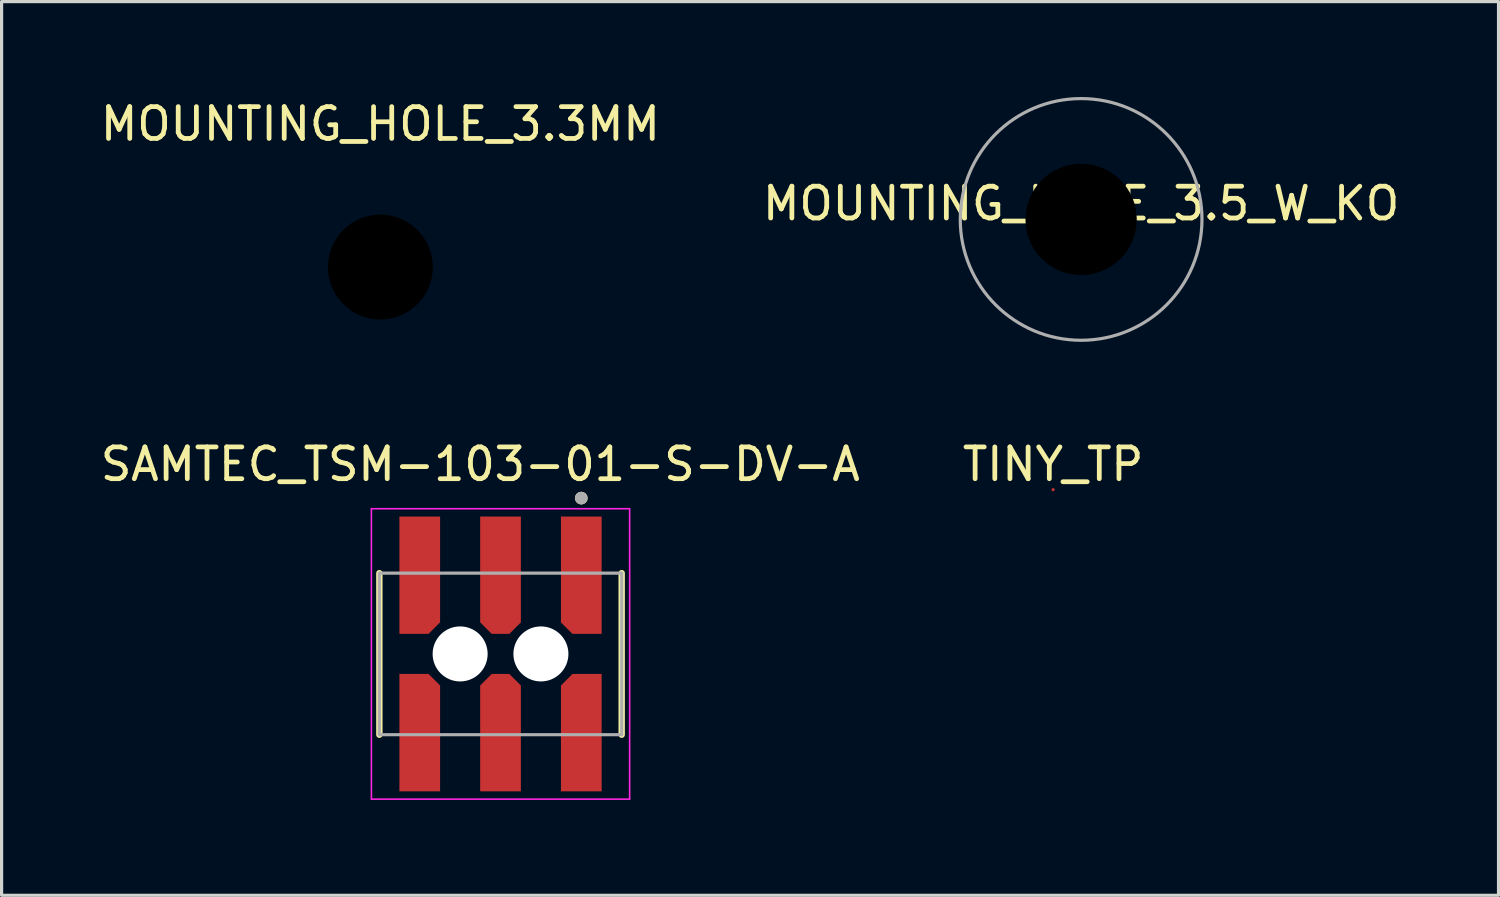
<source format=kicad_pcb>
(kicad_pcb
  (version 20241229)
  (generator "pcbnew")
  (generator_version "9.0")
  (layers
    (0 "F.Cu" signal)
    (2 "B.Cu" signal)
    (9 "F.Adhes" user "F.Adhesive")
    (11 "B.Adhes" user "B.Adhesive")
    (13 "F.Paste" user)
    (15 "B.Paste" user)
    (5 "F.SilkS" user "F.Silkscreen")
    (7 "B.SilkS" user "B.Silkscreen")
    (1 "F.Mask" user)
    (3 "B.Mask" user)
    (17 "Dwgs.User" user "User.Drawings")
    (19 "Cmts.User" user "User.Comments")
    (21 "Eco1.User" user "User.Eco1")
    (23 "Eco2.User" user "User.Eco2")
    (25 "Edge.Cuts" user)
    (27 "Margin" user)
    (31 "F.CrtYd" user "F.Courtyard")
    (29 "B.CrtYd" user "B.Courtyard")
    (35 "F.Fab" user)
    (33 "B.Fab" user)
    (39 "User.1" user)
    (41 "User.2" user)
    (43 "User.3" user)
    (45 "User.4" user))
  (footprint "MOUNTING_HOLE_3.5_W_KO"
    (layer "F.Cu")
    (at 30.946 3.85)
    (property "Reference" "MOUNTING_HOLE_3.5_W_KO" (at 0 -0.5 0) (unlocked yes) (layer "F.SilkS") (effects (font (size 1 1) (thickness 0.15))))
    (attr smd)
    (fp_circle (center 0 0) (end 3.8 0) (stroke (width 0.1) (type solid)) (fill no) (layer "F.Fab"))
    (pad "" np_thru_hole circle (at 0 0) (size 3.5 3.5) (drill 3.5) (layers "*.Mask"))
    (zone (net_name "") (layers "F.Cu" "B.Cu") (hatch edge 0.508) (connect_pads) (min_thickness 0.254) (filled_areas_thickness no) (keepout (tracks allowed) (vias allowed) (pads not_allowed) (copperpour allowed) (footprints not_allowed)) (placement (enabled no)) (fill) (polygon (pts (xy 34.746 3.85) (xy 34.727 3.465) (xy 34.669 3.085) (xy 34.572 2.712) (xy 34.439 2.351) (xy 34.269 2.005) (xy 34.066 1.678) (xy 33.83 1.374) (xy 33.565 1.095) (xy 33.274 0.844) (xy 32.958 0.623) (xy 32.621 0.436) (xy 32.268 0.284) (xy 31.901 0.168) (xy 31.524 0.09) (xy 31.141 0.05) (xy 30.756 0.05) (xy 30.373 0.088) (xy 29.995 0.165) (xy 29.628 0.279) (xy 29.274 0.43) (xy 28.937 0.616) (xy 28.62 0.835) (xy 28.327 1.085) (xy 28.061 1.364) (xy 27.825 1.668) (xy 27.62 1.994) (xy 27.45 2.339) (xy 27.315 2.699) (xy 27.217 3.072) (xy 27.158 3.452) (xy 27.137 3.837) (xy 27.155 4.221) (xy 27.212 4.602) (xy 27.307 4.975) (xy 27.439 5.337) (xy 27.607 5.683) (xy 27.81 6.011) (xy 28.044 6.316) (xy 28.308 6.596) (xy 28.599 6.848) (xy 28.914 7.07) (xy 29.25 7.258) (xy 29.603 7.412) (xy 29.97 7.529) (xy 30.346 7.608) (xy 30.729 7.649) (xy 31.114 7.651) (xy 31.497 7.614) (xy 31.875 7.539) (xy 32.243 7.425) (xy 32.598 7.276) (xy 32.935 7.091) (xy 33.253 6.873) (xy 33.546 6.624) (xy 33.813 6.346) (xy 34.051 6.043) (xy 34.256 5.718) (xy 34.428 5.373) (xy 34.564 5.013) (xy 34.663 4.641) (xy 34.724 4.261) (xy 34.746 3.877)))))
  (footprint "TINY_TP"
    (layer "F.Cu")
    (at 30.065 12.048)
    (property "Reference" "TINY_TP" (at 0 -0.5 0) (unlocked yes) (layer "F.SilkS") (effects (font (size 1 1) (thickness 0.15))))
    (attr smd)
    (pad "1" smd circle (at 0 0.3) (size 0.1 0.1) (layers "F.Cu" "F.Mask" "F.Paste")))
  (footprint "SAMTEC_TSM-103-01-S-DV-A"
    (layer "F.Cu")
    (at 12.689 17.513)
    (property "Reference" "SAMTEC_TSM-103-01-S-DV-A" (at -0.635 -5.965 0) (layer "F.SilkS") (effects (font (size 1 1) (thickness 0.15))))
    (attr through_hole)
    (fp_poly (pts (xy -3.275 -0.535) (xy -3.275 -4.415) (xy -1.805 -4.415) (xy -1.805 -0.995) (xy -2.265 -0.535)) (stroke (width 0.01) (type solid)) (fill yes) (layer "F.Mask"))
    (fp_poly (pts (xy -3.275 0.535) (xy -3.275 4.415) (xy -1.805 4.415) (xy -1.805 0.995) (xy -2.265 0.535)) (stroke (width 0.01) (type solid)) (fill yes) (layer "F.Mask"))
    (fp_poly (pts (xy 3.275 -0.535) (xy 3.275 -4.415) (xy 1.805 -4.415) (xy 1.805 -0.995) (xy 2.265 -0.535)) (stroke (width 0.01) (type solid)) (fill yes) (layer "F.Mask"))
    (fp_poly (pts (xy 3.275 0.535) (xy 3.275 4.415) (xy 1.805 4.415) (xy 1.805 0.995) (xy 2.265 0.535)) (stroke (width 0.01) (type solid)) (fill yes) (layer "F.Mask"))
    (fp_poly (pts (xy -0.275 -0.47) (xy 0.275 -0.47) (xy 0.735 -0.93) (xy 0.735 -4.35) (xy -0.735 -4.35) (xy -0.735 -0.93)) (stroke (width 0.01) (type solid)) (fill yes) (layer "F.Mask"))
    (fp_poly (pts (xy 0.275 0.47) (xy -0.275 0.47) (xy -0.735 0.93) (xy -0.735 4.35) (xy 0.735 4.35) (xy 0.735 0.93)) (stroke (width 0.01) (type solid)) (fill yes) (layer "F.Mask"))
    (fp_line (start -3.81 2.54) (end -3.81 -2.54) (stroke (width 0.2) (type solid)) (layer "F.SilkS"))
    (fp_line (start 3.81 -2.54) (end 3.81 2.54) (stroke (width 0.2) (type solid)) (layer "F.SilkS"))
    (fp_circle (center 2.54 -4.9) (end 2.64 -4.9) (stroke (width 0.2) (type solid)) (fill no) (layer "F.SilkS"))
    (fp_poly (pts (xy -3.175 -0.635) (xy -3.175 -4.315) (xy -1.905 -4.315) (xy -1.905 -0.995) (xy -2.265 -0.635)) (stroke (width 0.01) (type solid)) (fill yes) (layer "F.Paste"))
    (fp_poly (pts (xy -3.175 0.635) (xy -3.175 4.315) (xy -1.905 4.315) (xy -1.905 0.995) (xy -2.265 0.635)) (stroke (width 0.01) (type solid)) (fill yes) (layer "F.Paste"))
    (fp_poly (pts (xy 3.175 -0.635) (xy 3.175 -4.315) (xy 1.905 -4.315) (xy 1.905 -0.995) (xy 2.265 -0.635)) (stroke (width 0.01) (type solid)) (fill yes) (layer "F.Paste"))
    (fp_poly (pts (xy 3.175 0.635) (xy 3.175 4.315) (xy 1.905 4.315) (xy 1.905 0.995) (xy 2.265 0.635)) (stroke (width 0.01) (type solid)) (fill yes) (layer "F.Paste"))
    (fp_poly (pts (xy -0.275 -0.57) (xy 0.275 -0.57) (xy 0.635 -0.93) (xy 0.635 -4.25) (xy -0.635 -4.25) (xy -0.635 -0.93)) (stroke (width 0.01) (type solid)) (fill yes) (layer "F.Paste"))
    (fp_poly (pts (xy 0.275 0.57) (xy -0.275 0.57) (xy -0.635 0.93) (xy -0.635 4.25) (xy 0.635 4.25) (xy 0.635 0.93)) (stroke (width 0.01) (type solid)) (fill yes) (layer "F.Paste"))
    (fp_line (start -4.06 -4.565) (end 4.06 -4.565) (stroke (width 0.05) (type solid)) (layer "F.CrtYd"))
    (fp_line (start -4.06 4.565) (end -4.06 -4.565) (stroke (width 0.05) (type solid)) (layer "F.CrtYd"))
    (fp_line (start 4.06 -4.565) (end 4.06 4.565) (stroke (width 0.05) (type solid)) (layer "F.CrtYd"))
    (fp_line (start 4.06 4.565) (end -4.06 4.565) (stroke (width 0.05) (type solid)) (layer "F.CrtYd"))
    (fp_line (start -3.81 -2.54) (end 3.81 -2.54) (stroke (width 0.1) (type solid)) (layer "F.Fab"))
    (fp_line (start -3.81 2.54) (end -3.81 -2.54) (stroke (width 0.1) (type solid)) (layer "F.Fab"))
    (fp_line (start 3.81 -2.54) (end 3.81 2.54) (stroke (width 0.1) (type solid)) (layer "F.Fab"))
    (fp_line (start 3.81 2.54) (end -3.81 2.54) (stroke (width 0.1) (type solid)) (layer "F.Fab"))
    (fp_circle (center 2.54 -4.9) (end 2.64 -4.9) (stroke (width 0.2) (type solid)) (fill no) (layer "F.Fab"))
    (pad "" np_thru_hole circle (at -1.27 0) (size 1.73 1.73) (drill 1.73) (layers "*.Cu" "*.Mask"))
    (pad "" np_thru_hole circle (at 1.27 0) (size 1.73 1.73) (drill 1.73) (layers "*.Cu" "*.Mask"))
    (pad "1" smd custom (at 2.54 -2.475) (size 0.8 2.5) (layers "F.Cu") (options (anchor rect)) (primitives (gr_poly (pts (xy 0.635 1.84) (xy 0.635 -1.84) (xy -0.635 -1.84) (xy -0.635 1.48) (xy -0.275 1.84)) (width 0.01) (fill yes))))
    (pad "2" smd custom (at 2.54 2.475) (size 0.8 2.5) (layers "F.Cu") (options (anchor rect)) (primitives (gr_poly (pts (xy 0.635 -1.84) (xy 0.635 1.84) (xy -0.635 1.84) (xy -0.635 -1.48) (xy -0.275 -1.84)) (width 0.01) (fill yes))))
    (pad "3" smd custom (at 0 -2.475) (size 0.8 2.5) (layers "F.Cu") (options (anchor rect)) (primitives (gr_poly (pts (xy -0.275 1.84) (xy 0.275 1.84) (xy 0.635 1.48) (xy 0.635 -1.84) (xy -0.635 -1.84) (xy -0.635 1.48)) (width 0.01) (fill yes))))
    (pad "4" smd custom (at 0 2.475) (size 0.8 2.5) (layers "F.Cu") (options (anchor rect)) (primitives (gr_poly (pts (xy 0.275 -1.84) (xy -0.275 -1.84) (xy -0.635 -1.48) (xy -0.635 1.84) (xy 0.635 1.84) (xy 0.635 -1.48)) (width 0.01) (fill yes))))
    (pad "5" smd custom (at -2.54 -2.475) (size 0.8 2.5) (layers "F.Cu") (options (anchor rect)) (primitives (gr_poly (pts (xy -0.635 1.84) (xy -0.635 -1.84) (xy 0.635 -1.84) (xy 0.635 1.48) (xy 0.275 1.84)) (width 0.01) (fill yes))))
    (pad "6" smd custom (at -2.54 2.475) (size 0.8 2.5) (layers "F.Cu") (options (anchor rect)) (primitives (gr_poly (pts (xy -0.635 -1.84) (xy -0.635 1.84) (xy 0.635 1.84) (xy 0.635 -1.48) (xy 0.275 -1.84)) (width 0.01) (fill yes)))))
  (footprint "MOUNTING_HOLE_3.3MM"
    (layer "F.Cu")
    (at 8.911 5.348)
    (property "Reference" "MOUNTING_HOLE_3.3MM" (at 0 -4.5 0) (unlocked yes) (layer "F.SilkS") (effects (font (size 1 1) (thickness 0.15))))
    (attr smd)
    (pad "" np_thru_hole circle (at 0 0) (size 3.3 3.3) (drill 3.3) (layers "*.Mask")))
  (gr_rect
    (start -3 -3)
    (end 44.071 25.103)
    (stroke (width 0.1) (type default))
    (fill no)
    (layer "Edge.Cuts")))
</source>
